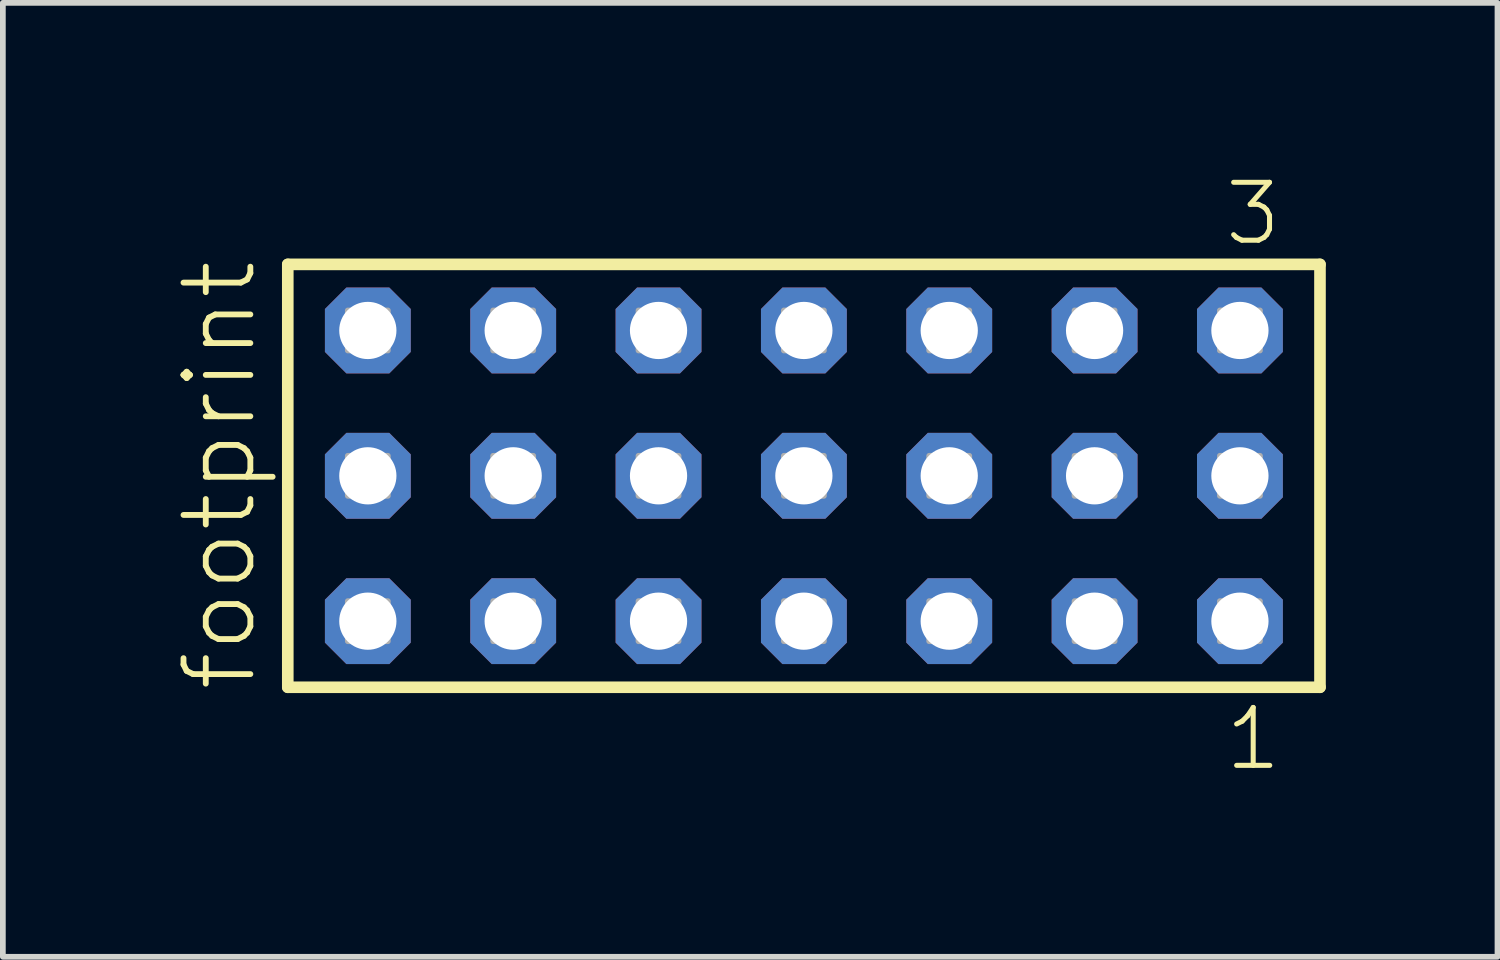
<source format=kicad_pcb>
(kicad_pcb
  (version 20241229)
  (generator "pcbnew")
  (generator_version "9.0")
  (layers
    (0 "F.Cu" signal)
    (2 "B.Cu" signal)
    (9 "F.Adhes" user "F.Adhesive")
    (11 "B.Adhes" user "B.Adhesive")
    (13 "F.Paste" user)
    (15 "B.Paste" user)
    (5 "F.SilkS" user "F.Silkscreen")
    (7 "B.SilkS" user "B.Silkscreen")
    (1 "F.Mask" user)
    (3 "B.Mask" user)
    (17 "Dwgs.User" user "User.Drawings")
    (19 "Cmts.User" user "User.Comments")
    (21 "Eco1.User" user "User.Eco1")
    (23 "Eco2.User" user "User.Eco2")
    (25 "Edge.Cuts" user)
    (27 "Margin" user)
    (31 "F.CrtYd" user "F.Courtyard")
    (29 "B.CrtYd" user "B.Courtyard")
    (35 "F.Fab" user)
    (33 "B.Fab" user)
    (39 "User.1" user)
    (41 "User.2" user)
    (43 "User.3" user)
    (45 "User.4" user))
  (footprint "footprint"
    (layer "F.Cu")
    (at 10.998 5.265)
    (property "Reference" "footprint" (at -9.525 3.81 90) (layer "F.SilkS") (effects (font (size 1.168 1.168) (thickness 0.102)) (justify left bottom)))
    (fp_line (start -9.019 -3.695) (end 9.019 -3.695) (stroke (width 0.203) (type solid)) (layer "F.SilkS"))
    (fp_line (start -9.019 3.695) (end -9.019 -3.695) (stroke (width 0.203) (type solid)) (layer "F.SilkS"))
    (fp_line (start 9.019 -3.695) (end 9.019 3.695) (stroke (width 0.203) (type solid)) (layer "F.SilkS"))
    (fp_line (start 9.019 3.695) (end -9.019 3.695) (stroke (width 0.203) (type solid)) (layer "F.SilkS"))
    (fp_poly (pts (xy -7.97 -2.19) (xy -7.27 -2.19) (xy -7.27 -2.89) (xy -7.97 -2.89)) (stroke (width 0.1) (type solid)) (fill no) (layer "F.Fab"))
    (fp_poly (pts (xy -7.97 0.35) (xy -7.27 0.35) (xy -7.27 -0.35) (xy -7.97 -0.35)) (stroke (width 0.1) (type solid)) (fill no) (layer "F.Fab"))
    (fp_poly (pts (xy -7.97 2.89) (xy -7.27 2.89) (xy -7.27 2.19) (xy -7.97 2.19)) (stroke (width 0.1) (type solid)) (fill no) (layer "F.Fab"))
    (fp_poly (pts (xy -5.43 -2.19) (xy -4.73 -2.19) (xy -4.73 -2.89) (xy -5.43 -2.89)) (stroke (width 0.1) (type solid)) (fill no) (layer "F.Fab"))
    (fp_poly (pts (xy -5.43 0.35) (xy -4.73 0.35) (xy -4.73 -0.35) (xy -5.43 -0.35)) (stroke (width 0.1) (type solid)) (fill no) (layer "F.Fab"))
    (fp_poly (pts (xy -5.43 2.89) (xy -4.73 2.89) (xy -4.73 2.19) (xy -5.43 2.19)) (stroke (width 0.1) (type solid)) (fill no) (layer "F.Fab"))
    (fp_poly (pts (xy -2.89 -2.19) (xy -2.19 -2.19) (xy -2.19 -2.89) (xy -2.89 -2.89)) (stroke (width 0.1) (type solid)) (fill no) (layer "F.Fab"))
    (fp_poly (pts (xy -2.89 0.35) (xy -2.19 0.35) (xy -2.19 -0.35) (xy -2.89 -0.35)) (stroke (width 0.1) (type solid)) (fill no) (layer "F.Fab"))
    (fp_poly (pts (xy -2.89 2.89) (xy -2.19 2.89) (xy -2.19 2.19) (xy -2.89 2.19)) (stroke (width 0.1) (type solid)) (fill no) (layer "F.Fab"))
    (fp_poly (pts (xy -0.35 -2.19) (xy 0.35 -2.19) (xy 0.35 -2.89) (xy -0.35 -2.89)) (stroke (width 0.1) (type solid)) (fill no) (layer "F.Fab"))
    (fp_poly (pts (xy -0.35 0.35) (xy 0.35 0.35) (xy 0.35 -0.35) (xy -0.35 -0.35)) (stroke (width 0.1) (type solid)) (fill no) (layer "F.Fab"))
    (fp_poly (pts (xy -0.35 2.89) (xy 0.35 2.89) (xy 0.35 2.19) (xy -0.35 2.19)) (stroke (width 0.1) (type solid)) (fill no) (layer "F.Fab"))
    (fp_poly (pts (xy 2.19 -2.19) (xy 2.89 -2.19) (xy 2.89 -2.89) (xy 2.19 -2.89)) (stroke (width 0.1) (type solid)) (fill no) (layer "F.Fab"))
    (fp_poly (pts (xy 2.19 0.35) (xy 2.89 0.35) (xy 2.89 -0.35) (xy 2.19 -0.35)) (stroke (width 0.1) (type solid)) (fill no) (layer "F.Fab"))
    (fp_poly (pts (xy 2.19 2.89) (xy 2.89 2.89) (xy 2.89 2.19) (xy 2.19 2.19)) (stroke (width 0.1) (type solid)) (fill no) (layer "F.Fab"))
    (fp_poly (pts (xy 4.73 -2.19) (xy 5.43 -2.19) (xy 5.43 -2.89) (xy 4.73 -2.89)) (stroke (width 0.1) (type solid)) (fill no) (layer "F.Fab"))
    (fp_poly (pts (xy 4.73 0.35) (xy 5.43 0.35) (xy 5.43 -0.35) (xy 4.73 -0.35)) (stroke (width 0.1) (type solid)) (fill no) (layer "F.Fab"))
    (fp_poly (pts (xy 4.73 2.89) (xy 5.43 2.89) (xy 5.43 2.19) (xy 4.73 2.19)) (stroke (width 0.1) (type solid)) (fill no) (layer "F.Fab"))
    (fp_poly (pts (xy 7.27 -2.19) (xy 7.97 -2.19) (xy 7.97 -2.89) (xy 7.27 -2.89)) (stroke (width 0.1) (type solid)) (fill no) (layer "F.Fab"))
    (fp_poly (pts (xy 7.27 0.35) (xy 7.97 0.35) (xy 7.97 -0.35) (xy 7.27 -0.35)) (stroke (width 0.1) (type solid)) (fill no) (layer "F.Fab"))
    (fp_poly (pts (xy 7.27 2.89) (xy 7.97 2.89) (xy 7.97 2.19) (xy 7.27 2.19)) (stroke (width 0.1) (type solid)) (fill no) (layer "F.Fab"))
    (fp_text user "1" (at 7.312 5.188 0) (layer "F.SilkS") (effects (font (size 1.012 1.012) (thickness 0.088)) (justify left bottom)))
    (fp_text user "3" (at 7.308 -3.989 0) (layer "F.SilkS") (effects (font (size 1.012 1.012) (thickness 0.088)) (justify left bottom)))
    (pad "1" thru_hole roundrect (at 7.62 2.54 180) (size 1.5 1.5) (drill 1) (layers "*.Cu" "*.Mask") (roundrect_rratio 0.25) (chamfer_ratio 0.25) (chamfer top_left top_right bottom_left bottom_right))
    (pad "2" thru_hole roundrect (at 7.62 0 180) (size 1.5 1.5) (drill 1) (layers "*.Cu" "*.Mask") (roundrect_rratio 0.25) (chamfer_ratio 0.25) (chamfer top_left top_right bottom_left bottom_right))
    (pad "3" thru_hole roundrect (at 7.62 -2.54 180) (size 1.5 1.5) (drill 1) (layers "*.Cu" "*.Mask") (roundrect_rratio 0.25) (chamfer_ratio 0.25) (chamfer top_left top_right bottom_left bottom_right))
    (pad "4" thru_hole roundrect (at 5.08 2.54 180) (size 1.5 1.5) (drill 1) (layers "*.Cu" "*.Mask") (roundrect_rratio 0.25) (chamfer_ratio 0.25) (chamfer top_left top_right bottom_left bottom_right))
    (pad "5" thru_hole roundrect (at 5.08 0 180) (size 1.5 1.5) (drill 1) (layers "*.Cu" "*.Mask") (roundrect_rratio 0.25) (chamfer_ratio 0.25) (chamfer top_left top_right bottom_left bottom_right))
    (pad "6" thru_hole roundrect (at 5.08 -2.54 180) (size 1.5 1.5) (drill 1) (layers "*.Cu" "*.Mask") (roundrect_rratio 0.25) (chamfer_ratio 0.25) (chamfer top_left top_right bottom_left bottom_right))
    (pad "7" thru_hole roundrect (at 2.54 2.54 180) (size 1.5 1.5) (drill 1) (layers "*.Cu" "*.Mask") (roundrect_rratio 0.25) (chamfer_ratio 0.25) (chamfer top_left top_right bottom_left bottom_right))
    (pad "8" thru_hole roundrect (at 2.54 0 180) (size 1.5 1.5) (drill 1) (layers "*.Cu" "*.Mask") (roundrect_rratio 0.25) (chamfer_ratio 0.25) (chamfer top_left top_right bottom_left bottom_right))
    (pad "9" thru_hole roundrect (at 2.54 -2.54 180) (size 1.5 1.5) (drill 1) (layers "*.Cu" "*.Mask") (roundrect_rratio 0.25) (chamfer_ratio 0.25) (chamfer top_left top_right bottom_left bottom_right))
    (pad "10" thru_hole roundrect (at 0 2.54 180) (size 1.5 1.5) (drill 1) (layers "*.Cu" "*.Mask") (roundrect_rratio 0.25) (chamfer_ratio 0.25) (chamfer top_left top_right bottom_left bottom_right))
    (pad "11" thru_hole roundrect (at 0 0 180) (size 1.5 1.5) (drill 1) (layers "*.Cu" "*.Mask") (roundrect_rratio 0.25) (chamfer_ratio 0.25) (chamfer top_left top_right bottom_left bottom_right))
    (pad "12" thru_hole roundrect (at 0 -2.54 180) (size 1.5 1.5) (drill 1) (layers "*.Cu" "*.Mask") (roundrect_rratio 0.25) (chamfer_ratio 0.25) (chamfer top_left top_right bottom_left bottom_right))
    (pad "13" thru_hole roundrect (at -2.54 2.54 180) (size 1.5 1.5) (drill 1) (layers "*.Cu" "*.Mask") (roundrect_rratio 0.25) (chamfer_ratio 0.25) (chamfer top_left top_right bottom_left bottom_right))
    (pad "14" thru_hole roundrect (at -2.54 0 180) (size 1.5 1.5) (drill 1) (layers "*.Cu" "*.Mask") (roundrect_rratio 0.25) (chamfer_ratio 0.25) (chamfer top_left top_right bottom_left bottom_right))
    (pad "15" thru_hole roundrect (at -2.54 -2.54 180) (size 1.5 1.5) (drill 1) (layers "*.Cu" "*.Mask") (roundrect_rratio 0.25) (chamfer_ratio 0.25) (chamfer top_left top_right bottom_left bottom_right))
    (pad "16" thru_hole roundrect (at -5.08 2.54 180) (size 1.5 1.5) (drill 1) (layers "*.Cu" "*.Mask") (roundrect_rratio 0.25) (chamfer_ratio 0.25) (chamfer top_left top_right bottom_left bottom_right))
    (pad "17" thru_hole roundrect (at -5.08 0 180) (size 1.5 1.5) (drill 1) (layers "*.Cu" "*.Mask") (roundrect_rratio 0.25) (chamfer_ratio 0.25) (chamfer top_left top_right bottom_left bottom_right))
    (pad "18" thru_hole roundrect (at -5.08 -2.54 180) (size 1.5 1.5) (drill 1) (layers "*.Cu" "*.Mask") (roundrect_rratio 0.25) (chamfer_ratio 0.25) (chamfer top_left top_right bottom_left bottom_right))
    (pad "19" thru_hole roundrect (at -7.62 2.54 180) (size 1.5 1.5) (drill 1) (layers "*.Cu" "*.Mask") (roundrect_rratio 0.25) (chamfer_ratio 0.25) (chamfer top_left top_right bottom_left bottom_right))
    (pad "20" thru_hole roundrect (at -7.62 0 180) (size 1.5 1.5) (drill 1) (layers "*.Cu" "*.Mask") (roundrect_rratio 0.25) (chamfer_ratio 0.25) (chamfer top_left top_right bottom_left bottom_right))
    (pad "21" thru_hole roundrect (at -7.62 -2.54 180) (size 1.5 1.5) (drill 1) (layers "*.Cu" "*.Mask") (roundrect_rratio 0.25) (chamfer_ratio 0.25) (chamfer top_left top_right bottom_left bottom_right)))
  (gr_rect
    (start -3 -3)
    (end 23.119 13.67)
    (stroke (width 0.1) (type default))
    (fill no)
    (layer "Edge.Cuts")))
</source>
